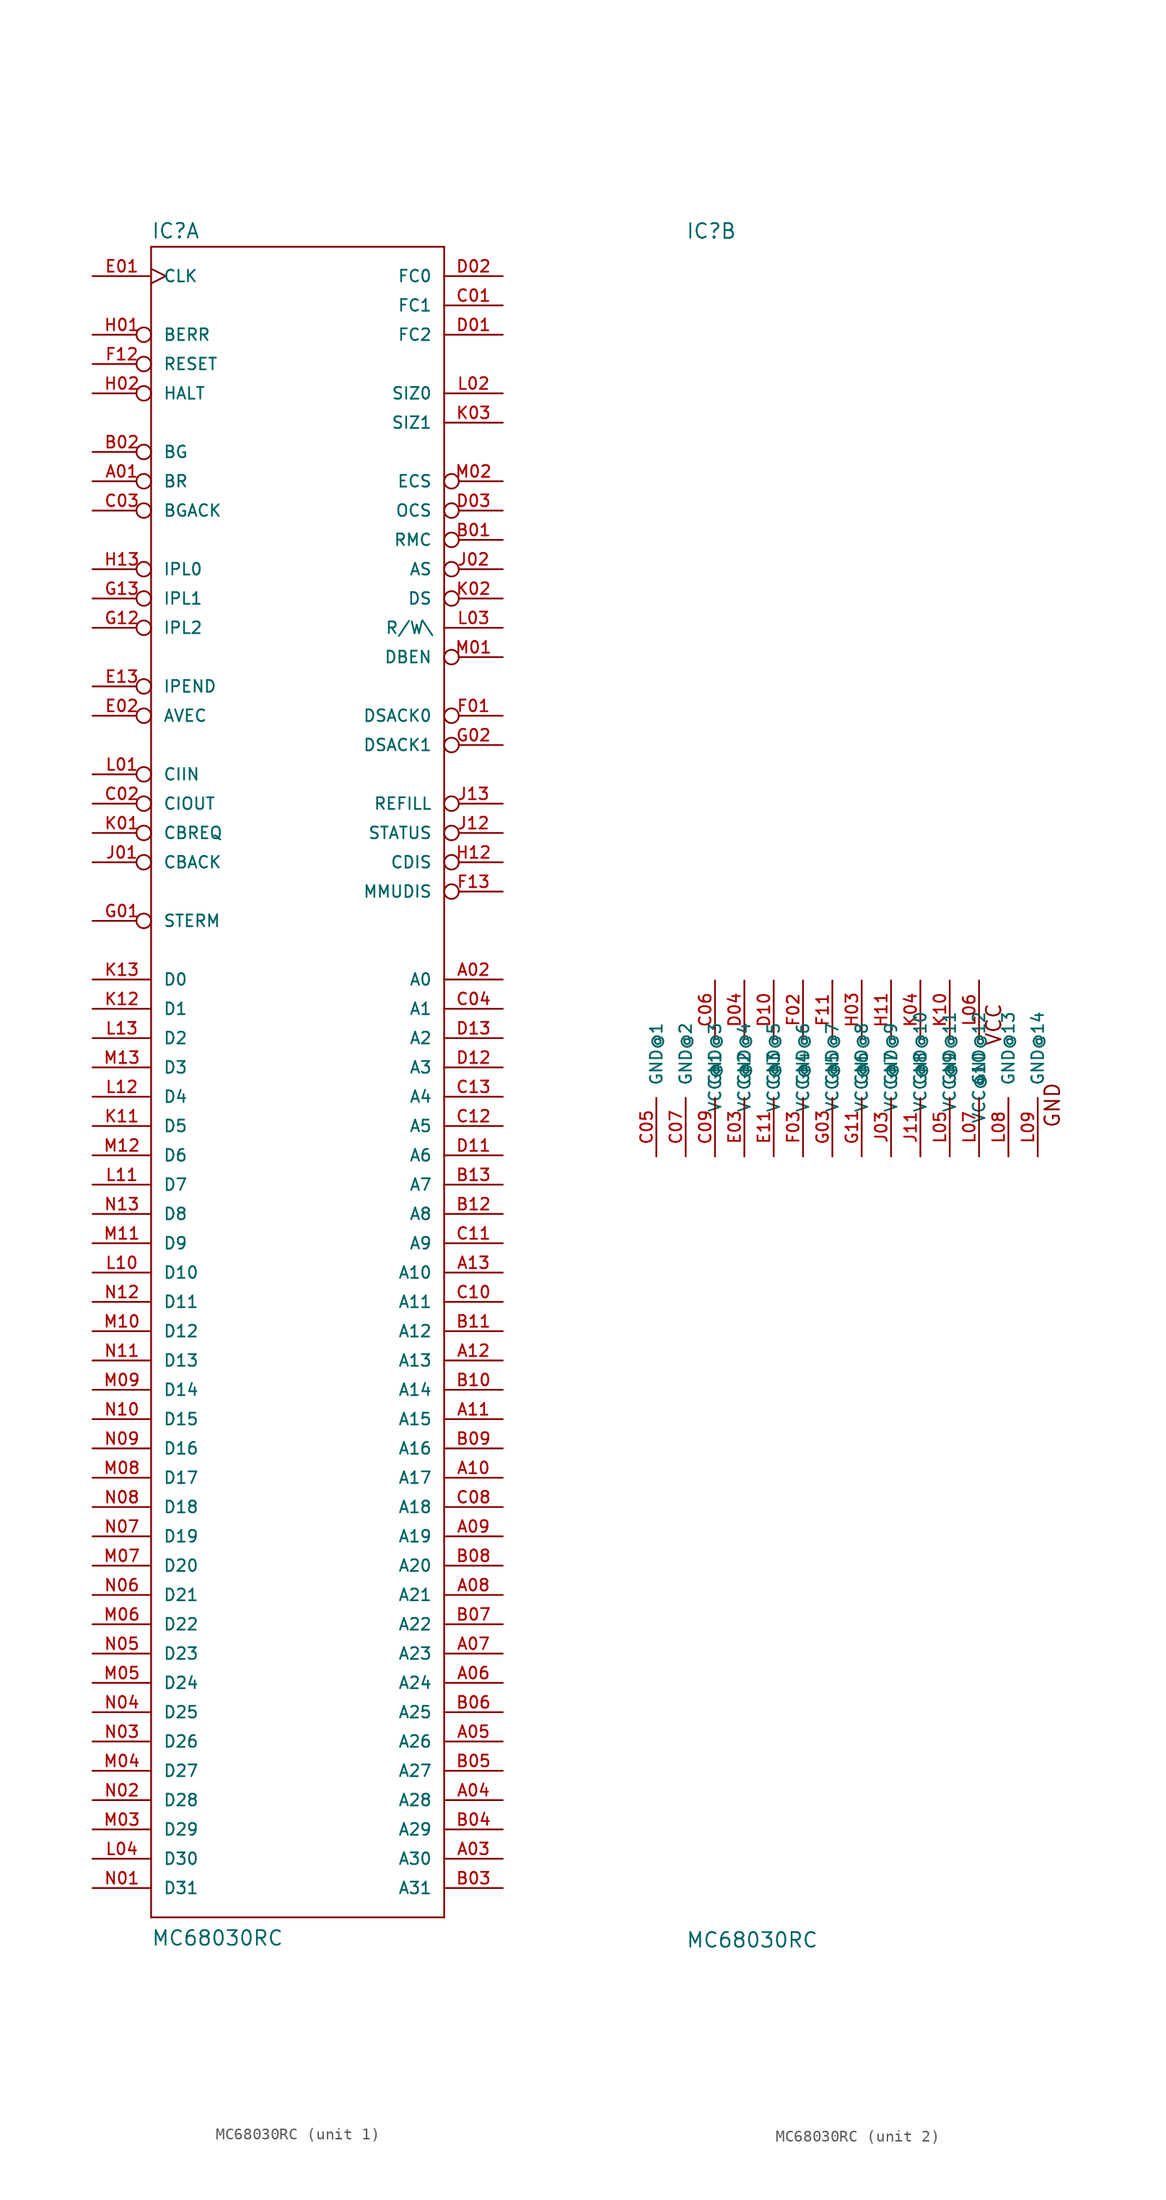
<source format=kicad_sym>
(kicad_symbol_lib
  (version 20220914)
  (generator kicad_symbol_editor)
  (symbol "MC68030RC"
    (pin_names
      (offset 1.016))
    (property "Reference" "IC"
      (at -12.7 71.755 0)
      (effects (font (size 1.27 1.27)) (justify left bottom)))
    (property "Value" "MC68030RC"
      (at -12.7 -76.2 0)
      (effects (font (size 1.27 1.27)) (justify left bottom)))
    (property "Datasheet" ""
      (at 0 0 0)
      (effects (font (size 1.524 1.524))))
    (property "ki_locked" ""
      (at 0 0 0)
      (effects (font (size 1.27 1.27))))
    (symbol "MC68030RC_1_0"
      (polyline (pts (xy -12.7 -73.66) (xy -12.7 71.12)) (stroke (width 0) (type solid)) (fill (type none)))
      (polyline (pts (xy -12.7 -73.66) (xy 12.7 -73.66)) (stroke (width 0) (type solid)) (fill (type none)))
      (polyline (pts (xy 12.7 71.12) (xy -12.7 71.12)) (stroke (width 0) (type solid)) (fill (type none)))
      (polyline (pts (xy 12.7 71.12) (xy 12.7 -73.66)) (stroke (width 0) (type solid)) (fill (type none))))
    (symbol "MC68030RC_1_1"
      (pin input inverted (at -17.78 50.8 0) (length 5.08) (name "BR" (effects (font (size 1.016 1.016)))) (number "A01" (effects (font (size 1.016 1.016)))))
      (pin output line (at 17.78 7.62 180) (length 5.08) (name "A0" (effects (font (size 1.016 1.016)))) (number "A02" (effects (font (size 1.016 1.016)))))
      (pin output line (at 17.78 -68.58 180) (length 5.08) (name "A30" (effects (font (size 1.016 1.016)))) (number "A03" (effects (font (size 1.016 1.016)))))
      (pin output line (at 17.78 -63.5 180) (length 5.08) (name "A28" (effects (font (size 1.016 1.016)))) (number "A04" (effects (font (size 1.016 1.016)))))
      (pin output line (at 17.78 -58.42 180) (length 5.08) (name "A26" (effects (font (size 1.016 1.016)))) (number "A05" (effects (font (size 1.016 1.016)))))
      (pin output line (at 17.78 -53.34 180) (length 5.08) (name "A24" (effects (font (size 1.016 1.016)))) (number "A06" (effects (font (size 1.016 1.016)))))
      (pin output line (at 17.78 -50.8 180) (length 5.08) (name "A23" (effects (font (size 1.016 1.016)))) (number "A07" (effects (font (size 1.016 1.016)))))
      (pin output line (at 17.78 -45.72 180) (length 5.08) (name "A21" (effects (font (size 1.016 1.016)))) (number "A08" (effects (font (size 1.016 1.016)))))
      (pin output line (at 17.78 -40.64 180) (length 5.08) (name "A19" (effects (font (size 1.016 1.016)))) (number "A09" (effects (font (size 1.016 1.016)))))
      (pin output line (at 17.78 -35.56 180) (length 5.08) (name "A17" (effects (font (size 1.016 1.016)))) (number "A10" (effects (font (size 1.016 1.016)))))
      (pin output line (at 17.78 -30.48 180) (length 5.08) (name "A15" (effects (font (size 1.016 1.016)))) (number "A11" (effects (font (size 1.016 1.016)))))
      (pin output line (at 17.78 -25.4 180) (length 5.08) (name "A13" (effects (font (size 1.016 1.016)))) (number "A12" (effects (font (size 1.016 1.016)))))
      (pin output line (at 17.78 -17.78 180) (length 5.08) (name "A10" (effects (font (size 1.016 1.016)))) (number "A13" (effects (font (size 1.016 1.016)))))
      (pin output inverted (at 17.78 45.72 180) (length 5.08) (name "RMC" (effects (font (size 1.016 1.016)))) (number "B01" (effects (font (size 1.016 1.016)))))
      (pin output inverted (at -17.78 53.34 0) (length 5.08) (name "BG" (effects (font (size 1.016 1.016)))) (number "B02" (effects (font (size 1.016 1.016)))))
      (pin output line (at 17.78 -71.12 180) (length 5.08) (name "A31" (effects (font (size 1.016 1.016)))) (number "B03" (effects (font (size 1.016 1.016)))))
      (pin output line (at 17.78 -66.04 180) (length 5.08) (name "A29" (effects (font (size 1.016 1.016)))) (number "B04" (effects (font (size 1.016 1.016)))))
      (pin output line (at 17.78 -60.96 180) (length 5.08) (name "A27" (effects (font (size 1.016 1.016)))) (number "B05" (effects (font (size 1.016 1.016)))))
      (pin output line (at 17.78 -55.88 180) (length 5.08) (name "A25" (effects (font (size 1.016 1.016)))) (number "B06" (effects (font (size 1.016 1.016)))))
      (pin output line (at 17.78 -48.26 180) (length 5.08) (name "A22" (effects (font (size 1.016 1.016)))) (number "B07" (effects (font (size 1.016 1.016)))))
      (pin output line (at 17.78 -43.18 180) (length 5.08) (name "A20" (effects (font (size 1.016 1.016)))) (number "B08" (effects (font (size 1.016 1.016)))))
      (pin output line (at 17.78 -33.02 180) (length 5.08) (name "A16" (effects (font (size 1.016 1.016)))) (number "B09" (effects (font (size 1.016 1.016)))))
      (pin output line (at 17.78 -27.94 180) (length 5.08) (name "A14" (effects (font (size 1.016 1.016)))) (number "B10" (effects (font (size 1.016 1.016)))))
      (pin output line (at 17.78 -22.86 180) (length 5.08) (name "A12" (effects (font (size 1.016 1.016)))) (number "B11" (effects (font (size 1.016 1.016)))))
      (pin output line (at 17.78 -12.7 180) (length 5.08) (name "A8" (effects (font (size 1.016 1.016)))) (number "B12" (effects (font (size 1.016 1.016)))))
      (pin output line (at 17.78 -10.16 180) (length 5.08) (name "A7" (effects (font (size 1.016 1.016)))) (number "B13" (effects (font (size 1.016 1.016)))))
      (pin output line (at 17.78 66.04 180) (length 5.08) (name "FC1" (effects (font (size 1.016 1.016)))) (number "C01" (effects (font (size 1.016 1.016)))))
      (pin output inverted (at -17.78 22.86 0) (length 5.08) (name "CIOUT" (effects (font (size 1.016 1.016)))) (number "C02" (effects (font (size 1.016 1.016)))))
      (pin input inverted (at -17.78 48.26 0) (length 5.08) (name "BGACK" (effects (font (size 1.016 1.016)))) (number "C03" (effects (font (size 1.016 1.016)))))
      (pin output line (at 17.78 5.08 180) (length 5.08) (name "A1" (effects (font (size 1.016 1.016)))) (number "C04" (effects (font (size 1.016 1.016)))))
      (pin output line (at 17.78 -38.1 180) (length 5.08) (name "A18" (effects (font (size 1.016 1.016)))) (number "C08" (effects (font (size 1.016 1.016)))))
      (pin output line (at 17.78 -20.32 180) (length 5.08) (name "A11" (effects (font (size 1.016 1.016)))) (number "C10" (effects (font (size 1.016 1.016)))))
      (pin output line (at 17.78 -15.24 180) (length 5.08) (name "A9" (effects (font (size 1.016 1.016)))) (number "C11" (effects (font (size 1.016 1.016)))))
      (pin output line (at 17.78 -5.08 180) (length 5.08) (name "A5" (effects (font (size 1.016 1.016)))) (number "C12" (effects (font (size 1.016 1.016)))))
      (pin output line (at 17.78 -2.54 180) (length 5.08) (name "A4" (effects (font (size 1.016 1.016)))) (number "C13" (effects (font (size 1.016 1.016)))))
      (pin output line (at 17.78 63.5 180) (length 5.08) (name "FC2" (effects (font (size 1.016 1.016)))) (number "D01" (effects (font (size 1.016 1.016)))))
      (pin output line (at 17.78 68.58 180) (length 5.08) (name "FC0" (effects (font (size 1.016 1.016)))) (number "D02" (effects (font (size 1.016 1.016)))))
      (pin output inverted (at 17.78 48.26 180) (length 5.08) (name "OCS" (effects (font (size 1.016 1.016)))) (number "D03" (effects (font (size 1.016 1.016)))))
      (pin output line (at 17.78 -7.62 180) (length 5.08) (name "A6" (effects (font (size 1.016 1.016)))) (number "D11" (effects (font (size 1.016 1.016)))))
      (pin output line (at 17.78 0 180) (length 5.08) (name "A3" (effects (font (size 1.016 1.016)))) (number "D12" (effects (font (size 1.016 1.016)))))
      (pin output line (at 17.78 2.54 180) (length 5.08) (name "A2" (effects (font (size 1.016 1.016)))) (number "D13" (effects (font (size 1.016 1.016)))))
      (pin input clock (at -17.78 68.58 0) (length 5.08) (name "CLK" (effects (font (size 1.016 1.016)))) (number "E01" (effects (font (size 1.016 1.016)))))
      (pin input inverted (at -17.78 30.48 0) (length 5.08) (name "AVEC" (effects (font (size 1.016 1.016)))) (number "E02" (effects (font (size 1.016 1.016)))))
      (pin output inverted (at -17.78 33.02 0) (length 5.08) (name "IPEND" (effects (font (size 1.016 1.016)))) (number "E13" (effects (font (size 1.016 1.016)))))
      (pin input inverted (at 17.78 30.48 180) (length 5.08) (name "DSACK0" (effects (font (size 1.016 1.016)))) (number "F01" (effects (font (size 1.016 1.016)))))
      (pin bidirectional inverted (at -17.78 60.96 0) (length 5.08) (name "RESET" (effects (font (size 1.016 1.016)))) (number "F12" (effects (font (size 1.016 1.016)))))
      (pin input inverted (at 17.78 15.24 180) (length 5.08) (name "MMUDIS" (effects (font (size 1.016 1.016)))) (number "F13" (effects (font (size 1.016 1.016)))))
      (pin input inverted (at -17.78 12.7 0) (length 5.08) (name "STERM" (effects (font (size 1.016 1.016)))) (number "G01" (effects (font (size 1.016 1.016)))))
      (pin input inverted (at 17.78 27.94 180) (length 5.08) (name "DSACK1" (effects (font (size 1.016 1.016)))) (number "G02" (effects (font (size 1.016 1.016)))))
      (pin input inverted (at -17.78 38.1 0) (length 5.08) (name "IPL2" (effects (font (size 1.016 1.016)))) (number "G12" (effects (font (size 1.016 1.016)))))
      (pin input inverted (at -17.78 40.64 0) (length 5.08) (name "IPL1" (effects (font (size 1.016 1.016)))) (number "G13" (effects (font (size 1.016 1.016)))))
      (pin input inverted (at -17.78 63.5 0) (length 5.08) (name "BERR" (effects (font (size 1.016 1.016)))) (number "H01" (effects (font (size 1.016 1.016)))))
      (pin input inverted (at -17.78 58.42 0) (length 5.08) (name "HALT" (effects (font (size 1.016 1.016)))) (number "H02" (effects (font (size 1.016 1.016)))))
      (pin input inverted (at 17.78 17.78 180) (length 5.08) (name "CDIS" (effects (font (size 1.016 1.016)))) (number "H12" (effects (font (size 1.016 1.016)))))
      (pin input inverted (at -17.78 43.18 0) (length 5.08) (name "IPL0" (effects (font (size 1.016 1.016)))) (number "H13" (effects (font (size 1.016 1.016)))))
      (pin input inverted (at -17.78 17.78 0) (length 5.08) (name "CBACK" (effects (font (size 1.016 1.016)))) (number "J01" (effects (font (size 1.016 1.016)))))
      (pin output inverted (at 17.78 43.18 180) (length 5.08) (name "AS" (effects (font (size 1.016 1.016)))) (number "J02" (effects (font (size 1.016 1.016)))))
      (pin output inverted (at 17.78 20.32 180) (length 5.08) (name "STATUS" (effects (font (size 1.016 1.016)))) (number "J12" (effects (font (size 1.016 1.016)))))
      (pin output inverted (at 17.78 22.86 180) (length 5.08) (name "REFILL" (effects (font (size 1.016 1.016)))) (number "J13" (effects (font (size 1.016 1.016)))))
      (pin output inverted (at -17.78 20.32 0) (length 5.08) (name "CBREQ" (effects (font (size 1.016 1.016)))) (number "K01" (effects (font (size 1.016 1.016)))))
      (pin output inverted (at 17.78 40.64 180) (length 5.08) (name "DS" (effects (font (size 1.016 1.016)))) (number "K02" (effects (font (size 1.016 1.016)))))
      (pin output line (at 17.78 55.88 180) (length 5.08) (name "SIZ1" (effects (font (size 1.016 1.016)))) (number "K03" (effects (font (size 1.016 1.016)))))
      (pin bidirectional line (at -17.78 -5.08 0) (length 5.08) (name "D5" (effects (font (size 1.016 1.016)))) (number "K11" (effects (font (size 1.016 1.016)))))
      (pin bidirectional line (at -17.78 5.08 0) (length 5.08) (name "D1" (effects (font (size 1.016 1.016)))) (number "K12" (effects (font (size 1.016 1.016)))))
      (pin bidirectional line (at -17.78 7.62 0) (length 5.08) (name "D0" (effects (font (size 1.016 1.016)))) (number "K13" (effects (font (size 1.016 1.016)))))
      (pin input inverted (at -17.78 25.4 0) (length 5.08) (name "CIIN" (effects (font (size 1.016 1.016)))) (number "L01" (effects (font (size 1.016 1.016)))))
      (pin output line (at 17.78 58.42 180) (length 5.08) (name "SIZ0" (effects (font (size 1.016 1.016)))) (number "L02" (effects (font (size 1.016 1.016)))))
      (pin output line (at 17.78 38.1 180) (length 5.08) (name "R/W\\" (effects (font (size 1.016 1.016)))) (number "L03" (effects (font (size 1.016 1.016)))))
      (pin bidirectional line (at -17.78 -68.58 0) (length 5.08) (name "D30" (effects (font (size 1.016 1.016)))) (number "L04" (effects (font (size 1.016 1.016)))))
      (pin bidirectional line (at -17.78 -17.78 0) (length 5.08) (name "D10" (effects (font (size 1.016 1.016)))) (number "L10" (effects (font (size 1.016 1.016)))))
      (pin bidirectional line (at -17.78 -10.16 0) (length 5.08) (name "D7" (effects (font (size 1.016 1.016)))) (number "L11" (effects (font (size 1.016 1.016)))))
      (pin bidirectional line (at -17.78 -2.54 0) (length 5.08) (name "D4" (effects (font (size 1.016 1.016)))) (number "L12" (effects (font (size 1.016 1.016)))))
      (pin bidirectional line (at -17.78 2.54 0) (length 5.08) (name "D2" (effects (font (size 1.016 1.016)))) (number "L13" (effects (font (size 1.016 1.016)))))
      (pin output inverted (at 17.78 35.56 180) (length 5.08) (name "DBEN" (effects (font (size 1.016 1.016)))) (number "M01" (effects (font (size 1.016 1.016)))))
      (pin output inverted (at 17.78 50.8 180) (length 5.08) (name "ECS" (effects (font (size 1.016 1.016)))) (number "M02" (effects (font (size 1.016 1.016)))))
      (pin bidirectional line (at -17.78 -66.04 0) (length 5.08) (name "D29" (effects (font (size 1.016 1.016)))) (number "M03" (effects (font (size 1.016 1.016)))))
      (pin bidirectional line (at -17.78 -60.96 0) (length 5.08) (name "D27" (effects (font (size 1.016 1.016)))) (number "M04" (effects (font (size 1.016 1.016)))))
      (pin bidirectional line (at -17.78 -53.34 0) (length 5.08) (name "D24" (effects (font (size 1.016 1.016)))) (number "M05" (effects (font (size 1.016 1.016)))))
      (pin bidirectional line (at -17.78 -48.26 0) (length 5.08) (name "D22" (effects (font (size 1.016 1.016)))) (number "M06" (effects (font (size 1.016 1.016)))))
      (pin bidirectional line (at -17.78 -43.18 0) (length 5.08) (name "D20" (effects (font (size 1.016 1.016)))) (number "M07" (effects (font (size 1.016 1.016)))))
      (pin bidirectional line (at -17.78 -35.56 0) (length 5.08) (name "D17" (effects (font (size 1.016 1.016)))) (number "M08" (effects (font (size 1.016 1.016)))))
      (pin bidirectional line (at -17.78 -27.94 0) (length 5.08) (name "D14" (effects (font (size 1.016 1.016)))) (number "M09" (effects (font (size 1.016 1.016)))))
      (pin bidirectional line (at -17.78 -22.86 0) (length 5.08) (name "D12" (effects (font (size 1.016 1.016)))) (number "M10" (effects (font (size 1.016 1.016)))))
      (pin bidirectional line (at -17.78 -15.24 0) (length 5.08) (name "D9" (effects (font (size 1.016 1.016)))) (number "M11" (effects (font (size 1.016 1.016)))))
      (pin bidirectional line (at -17.78 -7.62 0) (length 5.08) (name "D6" (effects (font (size 1.016 1.016)))) (number "M12" (effects (font (size 1.016 1.016)))))
      (pin bidirectional line (at -17.78 0 0) (length 5.08) (name "D3" (effects (font (size 1.016 1.016)))) (number "M13" (effects (font (size 1.016 1.016)))))
      (pin bidirectional line (at -17.78 -71.12 0) (length 5.08) (name "D31" (effects (font (size 1.016 1.016)))) (number "N01" (effects (font (size 1.016 1.016)))))
      (pin bidirectional line (at -17.78 -63.5 0) (length 5.08) (name "D28" (effects (font (size 1.016 1.016)))) (number "N02" (effects (font (size 1.016 1.016)))))
      (pin bidirectional line (at -17.78 -58.42 0) (length 5.08) (name "D26" (effects (font (size 1.016 1.016)))) (number "N03" (effects (font (size 1.016 1.016)))))
      (pin bidirectional line (at -17.78 -55.88 0) (length 5.08) (name "D25" (effects (font (size 1.016 1.016)))) (number "N04" (effects (font (size 1.016 1.016)))))
      (pin bidirectional line (at -17.78 -50.8 0) (length 5.08) (name "D23" (effects (font (size 1.016 1.016)))) (number "N05" (effects (font (size 1.016 1.016)))))
      (pin bidirectional line (at -17.78 -45.72 0) (length 5.08) (name "D21" (effects (font (size 1.016 1.016)))) (number "N06" (effects (font (size 1.016 1.016)))))
      (pin bidirectional line (at -17.78 -40.64 0) (length 5.08) (name "D19" (effects (font (size 1.016 1.016)))) (number "N07" (effects (font (size 1.016 1.016)))))
      (pin bidirectional line (at -17.78 -38.1 0) (length 5.08) (name "D18" (effects (font (size 1.016 1.016)))) (number "N08" (effects (font (size 1.016 1.016)))))
      (pin bidirectional line (at -17.78 -33.02 0) (length 5.08) (name "D16" (effects (font (size 1.016 1.016)))) (number "N09" (effects (font (size 1.016 1.016)))))
      (pin bidirectional line (at -17.78 -30.48 0) (length 5.08) (name "D15" (effects (font (size 1.016 1.016)))) (number "N10" (effects (font (size 1.016 1.016)))))
      (pin bidirectional line (at -17.78 -25.4 0) (length 5.08) (name "D13" (effects (font (size 1.016 1.016)))) (number "N11" (effects (font (size 1.016 1.016)))))
      (pin bidirectional line (at -17.78 -20.32 0) (length 5.08) (name "D11" (effects (font (size 1.016 1.016)))) (number "N12" (effects (font (size 1.016 1.016)))))
      (pin bidirectional line (at -17.78 -12.7 0) (length 5.08) (name "D8" (effects (font (size 1.016 1.016)))) (number "N13" (effects (font (size 1.016 1.016))))))
    (symbol "MC68030RC_2_0"
      (text "GND" (at 19.05 -3.175 1) (effects (font (size 1.27 1.27))))
      (text "VCC" (at 13.97 3.81 1) (effects (font (size 1.27 1.27)))))
    (symbol "MC68030RC_2_1"
      (pin power_in line (at -15.24 -7.62 90) (length 5.08) (name "GND@1" (effects (font (size 1.016 1.016)))) (number "C05" (effects (font (size 1.016 1.016)))))
      (pin power_in line (at -10.16 7.62 270) (length 5.08) (name "VCC@1" (effects (font (size 1.016 1.016)))) (number "C06" (effects (font (size 1.016 1.016)))))
      (pin power_in line (at -12.7 -7.62 90) (length 5.08) (name "GND@2" (effects (font (size 1.016 1.016)))) (number "C07" (effects (font (size 1.016 1.016)))))
      (pin power_in line (at -10.16 -7.62 90) (length 5.08) (name "GND@3" (effects (font (size 1.016 1.016)))) (number "C09" (effects (font (size 1.016 1.016)))))
      (pin power_in line (at -7.62 7.62 270) (length 5.08) (name "VCC@2" (effects (font (size 1.016 1.016)))) (number "D04" (effects (font (size 1.016 1.016)))))
      (pin power_in line (at -5.08 7.62 270) (length 5.08) (name "VCC@3" (effects (font (size 1.016 1.016)))) (number "D10" (effects (font (size 1.016 1.016)))))
      (pin power_in line (at -7.62 -7.62 90) (length 5.08) (name "GND@4" (effects (font (size 1.016 1.016)))) (number "E03" (effects (font (size 1.016 1.016)))))
      (pin power_in line (at -5.08 -7.62 90) (length 5.08) (name "GND@5" (effects (font (size 1.016 1.016)))) (number "E11" (effects (font (size 1.016 1.016)))))
      (pin power_in line (at -2.54 7.62 270) (length 5.08) (name "VCC@4" (effects (font (size 1.016 1.016)))) (number "F02" (effects (font (size 1.016 1.016)))))
      (pin power_in line (at -2.54 -7.62 90) (length 5.08) (name "GND@6" (effects (font (size 1.016 1.016)))) (number "F03" (effects (font (size 1.016 1.016)))))
      (pin power_in line (at 0 7.62 270) (length 5.08) (name "VCC@5" (effects (font (size 1.016 1.016)))) (number "F11" (effects (font (size 1.016 1.016)))))
      (pin power_in line (at 0 -7.62 90) (length 5.08) (name "GND@7" (effects (font (size 1.016 1.016)))) (number "G03" (effects (font (size 1.016 1.016)))))
      (pin power_in line (at 2.54 -7.62 90) (length 5.08) (name "GND@8" (effects (font (size 1.016 1.016)))) (number "G11" (effects (font (size 1.016 1.016)))))
      (pin power_in line (at 2.54 7.62 270) (length 5.08) (name "VCC@6" (effects (font (size 1.016 1.016)))) (number "H03" (effects (font (size 1.016 1.016)))))
      (pin power_in line (at 5.08 7.62 270) (length 5.08) (name "VCC@7" (effects (font (size 1.016 1.016)))) (number "H11" (effects (font (size 1.016 1.016)))))
      (pin power_in line (at 5.08 -7.62 90) (length 5.08) (name "GND@9" (effects (font (size 1.016 1.016)))) (number "J03" (effects (font (size 1.016 1.016)))))
      (pin power_in line (at 7.62 -7.62 90) (length 5.08) (name "GND@10" (effects (font (size 1.016 1.016)))) (number "J11" (effects (font (size 1.016 1.016)))))
      (pin power_in line (at 7.62 7.62 270) (length 5.08) (name "VCC@8" (effects (font (size 1.016 1.016)))) (number "K04" (effects (font (size 1.016 1.016)))))
      (pin power_in line (at 10.16 7.62 270) (length 5.08) (name "VCC@9" (effects (font (size 1.016 1.016)))) (number "K10" (effects (font (size 1.016 1.016)))))
      (pin power_in line (at 10.16 -7.62 90) (length 5.08) (name "GND@11" (effects (font (size 1.016 1.016)))) (number "L05" (effects (font (size 1.016 1.016)))))
      (pin power_in line (at 12.7 7.62 270) (length 5.08) (name "VCC@10" (effects (font (size 1.016 1.016)))) (number "L06" (effects (font (size 1.016 1.016)))))
      (pin power_in line (at 12.7 -7.62 90) (length 5.08) (name "GND@12" (effects (font (size 1.016 1.016)))) (number "L07" (effects (font (size 1.016 1.016)))))
      (pin power_in line (at 15.24 -7.62 90) (length 5.08) (name "GND@13" (effects (font (size 1.016 1.016)))) (number "L08" (effects (font (size 1.016 1.016)))))
      (pin power_in line (at 17.78 -7.62 90) (length 5.08) (name "GND@14" (effects (font (size 1.016 1.016)))) (number "L09" (effects (font (size 1.016 1.016))))))))
</source>
